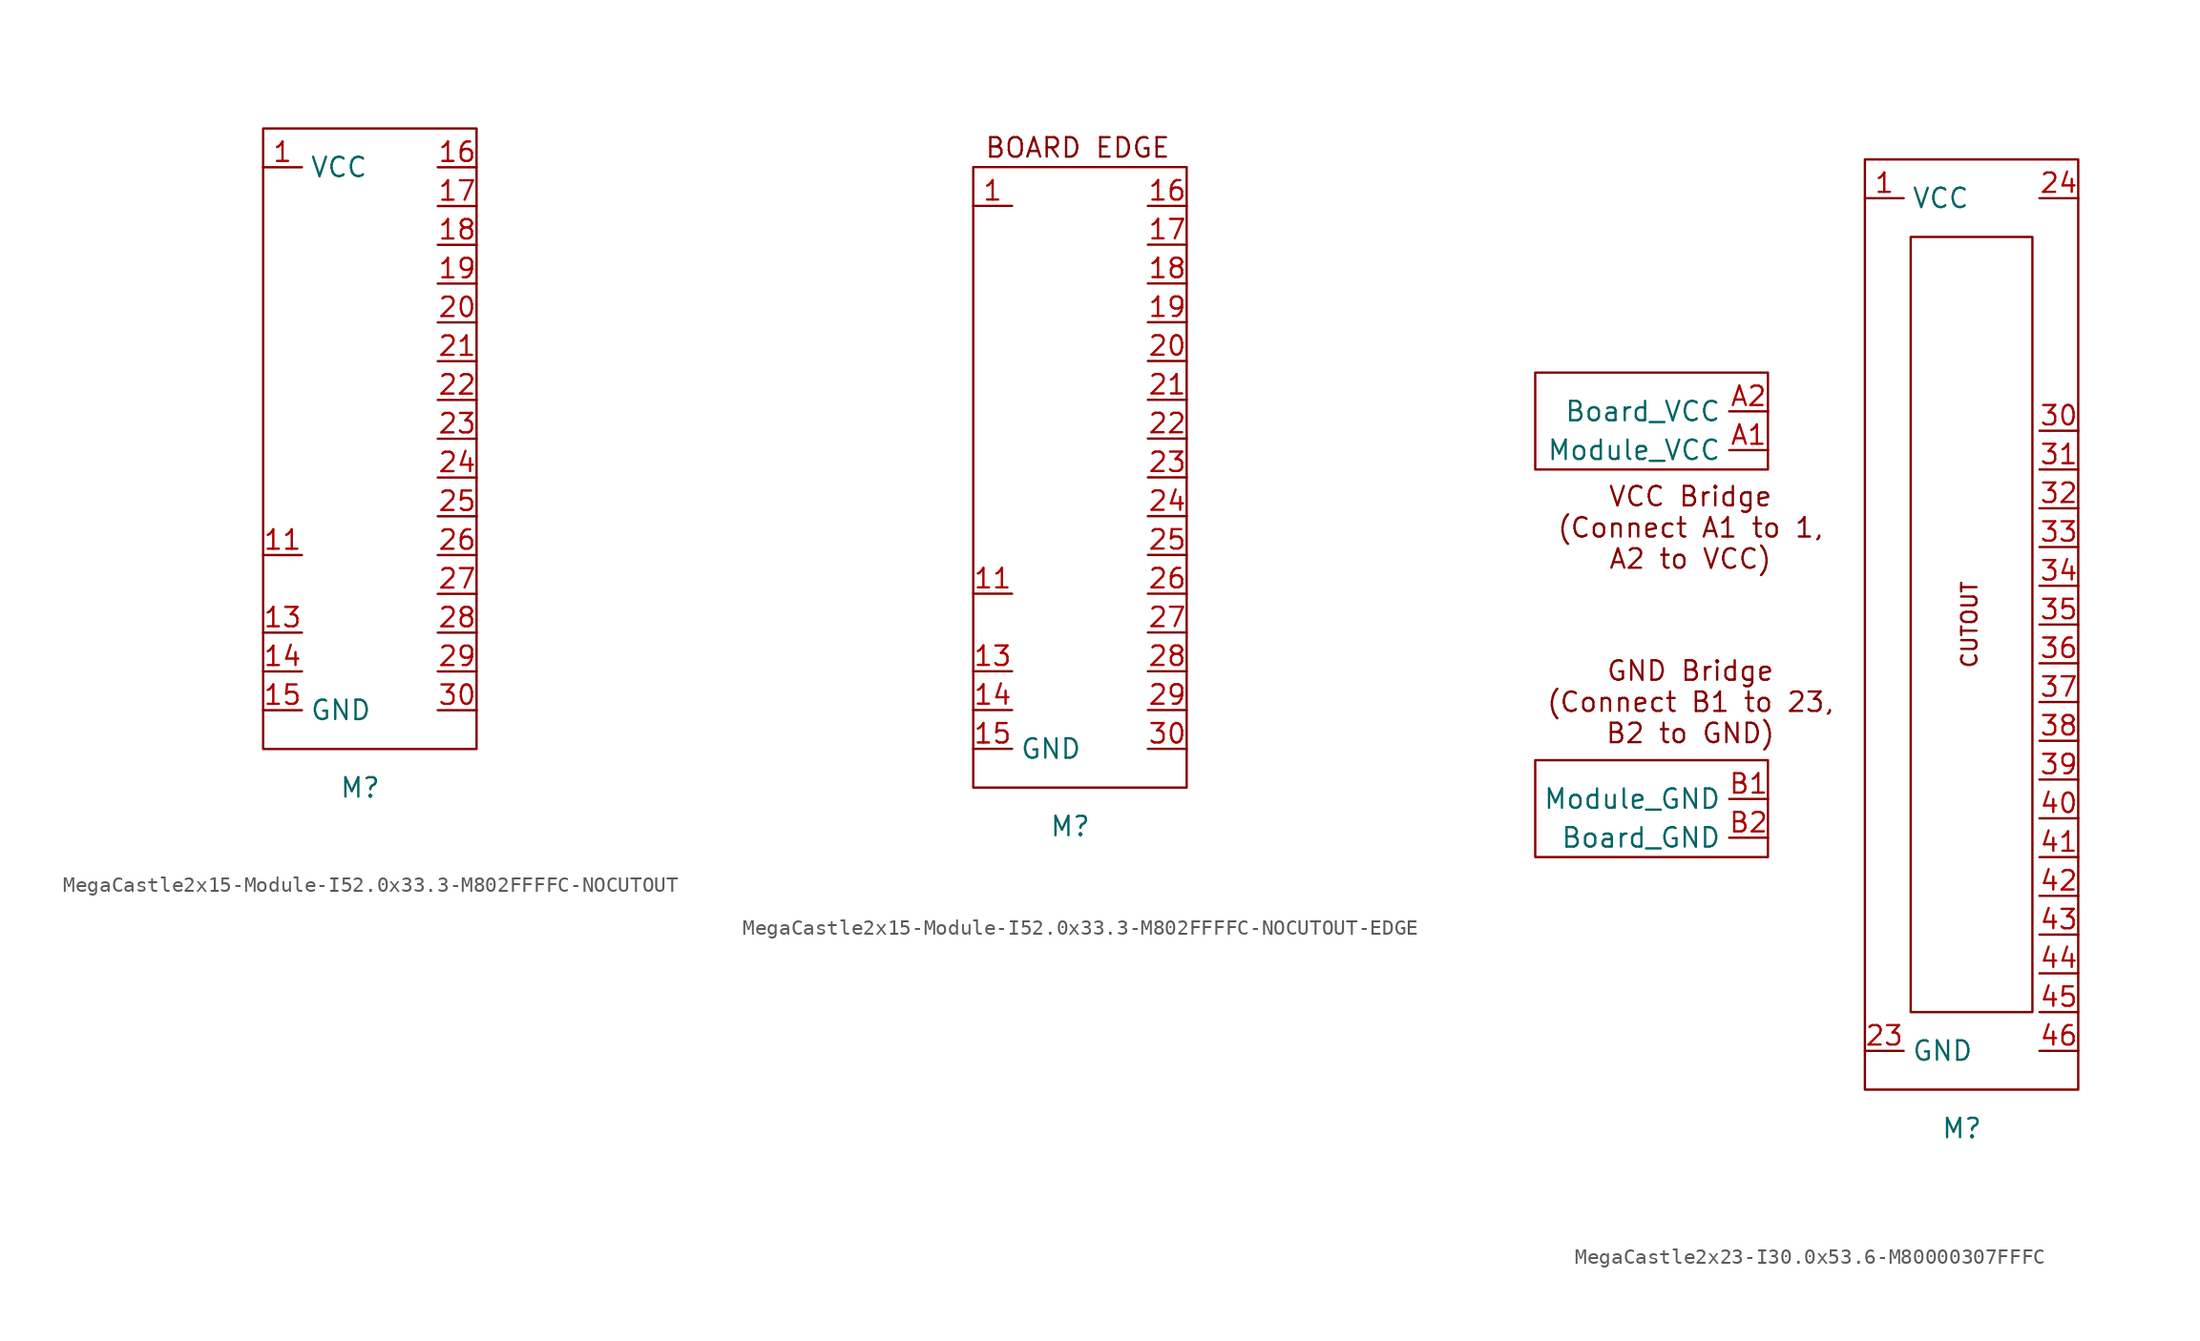
<source format=kicad_sym>
(kicad_symbol_lib
  (version 20231120)
  (generator "kicad_symbol_editor")
  (generator_version "8.0")
  (symbol "MegaCastle2x15-Module-I52.0x33.3-M802FFFFC-NOCUTOUT"
    (property "Reference" "M"
      (at 0 -22.86 0)
      (effects (font (size 1.27 1.27))))
    (property "Value" ""
      (at 0 5.08 0)
      (effects (font (size 1.27 1.27))))
    (symbol "MegaCastle2x15-Module-I52.0x33.3-M802FFFFC-NOCUTOUT_0_1"
      (rectangle (start -6.35 20.32) (end 7.62 -20.32) (stroke (width 0) (type default)) (fill (type none))))
    (symbol "MegaCastle2x15-Module-I52.0x33.3-M802FFFFC-NOCUTOUT_1_1"
      (pin bidirectional line (at -6.35 17.78 0) (length 2.54) (name "VCC" (effects (font (size 1.27 1.27)))) (number "1" (effects (font (size 1.27 1.27)))))
      (pin bidirectional line (at -6.35 -7.62 0) (length 2.54) (name "" (effects (font (size 1.27 1.27)))) (number "11" (effects (font (size 1.27 1.27)))))
      (pin bidirectional line (at -6.35 -12.7 0) (length 2.54) (name "" (effects (font (size 1.27 1.27)))) (number "13" (effects (font (size 1.27 1.27)))))
      (pin bidirectional line (at -6.35 -15.24 0) (length 2.54) (name "" (effects (font (size 1.27 1.27)))) (number "14" (effects (font (size 1.27 1.27)))))
      (pin bidirectional line (at -6.35 -17.78 0) (length 2.54) (name "GND" (effects (font (size 1.27 1.27)))) (number "15" (effects (font (size 1.27 1.27)))))
      (pin bidirectional line (at 7.62 17.78 180) (length 2.54) (name "" (effects (font (size 1.27 1.27)))) (number "16" (effects (font (size 1.27 1.27)))))
      (pin bidirectional line (at 7.62 15.24 180) (length 2.54) (name "" (effects (font (size 1.27 1.27)))) (number "17" (effects (font (size 1.27 1.27)))))
      (pin bidirectional line (at 7.62 12.7 180) (length 2.54) (name "" (effects (font (size 1.27 1.27)))) (number "18" (effects (font (size 1.27 1.27)))))
      (pin bidirectional line (at 7.62 10.16 180) (length 2.54) (name "" (effects (font (size 1.27 1.27)))) (number "19" (effects (font (size 1.27 1.27)))))
      (pin bidirectional line (at 7.62 7.62 180) (length 2.54) (name "" (effects (font (size 1.27 1.27)))) (number "20" (effects (font (size 1.27 1.27)))))
      (pin bidirectional line (at 7.62 5.08 180) (length 2.54) (name "" (effects (font (size 1.27 1.27)))) (number "21" (effects (font (size 1.27 1.27)))))
      (pin bidirectional line (at 7.62 2.54 180) (length 2.54) (name "" (effects (font (size 1.27 1.27)))) (number "22" (effects (font (size 1.27 1.27)))))
      (pin bidirectional line (at 7.62 0 180) (length 2.54) (name "" (effects (font (size 1.27 1.27)))) (number "23" (effects (font (size 1.27 1.27)))))
      (pin bidirectional line (at 7.62 -2.54 180) (length 2.54) (name "" (effects (font (size 1.27 1.27)))) (number "24" (effects (font (size 1.27 1.27)))))
      (pin bidirectional line (at 7.62 -5.08 180) (length 2.54) (name "" (effects (font (size 1.27 1.27)))) (number "25" (effects (font (size 1.27 1.27)))))
      (pin bidirectional line (at 7.62 -7.62 180) (length 2.54) (name "" (effects (font (size 1.27 1.27)))) (number "26" (effects (font (size 1.27 1.27)))))
      (pin bidirectional line (at 7.62 -10.16 180) (length 2.54) (name "" (effects (font (size 1.27 1.27)))) (number "27" (effects (font (size 1.27 1.27)))))
      (pin bidirectional line (at 7.62 -12.7 180) (length 2.54) (name "" (effects (font (size 1.27 1.27)))) (number "28" (effects (font (size 1.27 1.27)))))
      (pin bidirectional line (at 7.62 -15.24 180) (length 2.54) (name "" (effects (font (size 1.27 1.27)))) (number "29" (effects (font (size 1.27 1.27)))))
      (pin bidirectional line (at 7.62 -17.78 180) (length 2.54) (name "" (effects (font (size 1.27 1.27)))) (number "30" (effects (font (size 1.27 1.27)))))))
  (symbol "MegaCastle2x15-Module-I52.0x33.3-M802FFFFC-NOCUTOUT-EDGE"
    (property "Reference" "M"
      (at 0 -22.86 0)
      (effects (font (size 1.27 1.27))))
    (property "Value" ""
      (at 0 5.08 0)
      (effects (font (size 1.27 1.27))))
    (symbol "MegaCastle2x15-Module-I52.0x33.3-M802FFFFC-NOCUTOUT-EDGE_0_1"
      (rectangle (start -6.35 20.32) (end 7.62 -20.32) (stroke (width 0) (type default)) (fill (type none))))
    (symbol "MegaCastle2x15-Module-I52.0x33.3-M802FFFFC-NOCUTOUT-EDGE_1_1"
      (text " BOARD EDGE" (at 0 21.59 0) (effects (font (size 1.27 1.27))))
      (pin bidirectional line (at -6.35 17.78 0) (length 2.54) (name "" (effects (font (size 1.27 1.27)))) (number "1" (effects (font (size 1.27 1.27)))))
      (pin bidirectional line (at -6.35 -7.62 0) (length 2.54) (name "" (effects (font (size 1.27 1.27)))) (number "11" (effects (font (size 1.27 1.27)))))
      (pin bidirectional line (at -6.35 -12.7 0) (length 2.54) (name "" (effects (font (size 1.27 1.27)))) (number "13" (effects (font (size 1.27 1.27)))))
      (pin bidirectional line (at -6.35 -15.24 0) (length 2.54) (name "" (effects (font (size 1.27 1.27)))) (number "14" (effects (font (size 1.27 1.27)))))
      (pin bidirectional line (at -6.35 -17.78 0) (length 2.54) (name "GND" (effects (font (size 1.27 1.27)))) (number "15" (effects (font (size 1.27 1.27)))))
      (pin bidirectional line (at 7.62 17.78 180) (length 2.54) (name "" (effects (font (size 1.27 1.27)))) (number "16" (effects (font (size 1.27 1.27)))))
      (pin bidirectional line (at 7.62 15.24 180) (length 2.54) (name "" (effects (font (size 1.27 1.27)))) (number "17" (effects (font (size 1.27 1.27)))))
      (pin bidirectional line (at 7.62 12.7 180) (length 2.54) (name "" (effects (font (size 1.27 1.27)))) (number "18" (effects (font (size 1.27 1.27)))))
      (pin bidirectional line (at 7.62 10.16 180) (length 2.54) (name "" (effects (font (size 1.27 1.27)))) (number "19" (effects (font (size 1.27 1.27)))))
      (pin bidirectional line (at 7.62 7.62 180) (length 2.54) (name "" (effects (font (size 1.27 1.27)))) (number "20" (effects (font (size 1.27 1.27)))))
      (pin bidirectional line (at 7.62 5.08 180) (length 2.54) (name "" (effects (font (size 1.27 1.27)))) (number "21" (effects (font (size 1.27 1.27)))))
      (pin bidirectional line (at 7.62 2.54 180) (length 2.54) (name "" (effects (font (size 1.27 1.27)))) (number "22" (effects (font (size 1.27 1.27)))))
      (pin bidirectional line (at 7.62 0 180) (length 2.54) (name "" (effects (font (size 1.27 1.27)))) (number "23" (effects (font (size 1.27 1.27)))))
      (pin bidirectional line (at 7.62 -2.54 180) (length 2.54) (name "" (effects (font (size 1.27 1.27)))) (number "24" (effects (font (size 1.27 1.27)))))
      (pin bidirectional line (at 7.62 -5.08 180) (length 2.54) (name "" (effects (font (size 1.27 1.27)))) (number "25" (effects (font (size 1.27 1.27)))))
      (pin bidirectional line (at 7.62 -7.62 180) (length 2.54) (name "" (effects (font (size 1.27 1.27)))) (number "26" (effects (font (size 1.27 1.27)))))
      (pin bidirectional line (at 7.62 -10.16 180) (length 2.54) (name "" (effects (font (size 1.27 1.27)))) (number "27" (effects (font (size 1.27 1.27)))))
      (pin bidirectional line (at 7.62 -12.7 180) (length 2.54) (name "" (effects (font (size 1.27 1.27)))) (number "28" (effects (font (size 1.27 1.27)))))
      (pin bidirectional line (at 7.62 -15.24 180) (length 2.54) (name "" (effects (font (size 1.27 1.27)))) (number "29" (effects (font (size 1.27 1.27)))))
      (pin bidirectional line (at 7.62 -17.78 180) (length 2.54) (name "" (effects (font (size 1.27 1.27)))) (number "30" (effects (font (size 1.27 1.27)))))))
  (symbol "MegaCastle2x23-I30.0x53.6-M80000307FFFC"
    (property "Reference" "M"
      (at 0 -33.02 0)
      (effects (font (size 1.27 1.27))))
    (property "Value" ""
      (at 0 5.08 0)
      (effects (font (size 1.27 1.27))))
    (symbol "MegaCastle2x23-I30.0x53.6-M80000307FFFC_0_1"
      (rectangle (start -27.94 -8.89) (end -12.7 -15.24) (stroke (width 0) (type default)) (fill (type none)))
      (rectangle (start -27.94 16.51) (end -12.7 10.16) (stroke (width 0) (type default)) (fill (type none)))
      (rectangle (start -6.35 30.48) (end 7.62 -30.48) (stroke (width 0) (type default)) (fill (type none)))
      (rectangle (start -3.35 25.4) (end 4.62 -25.4) (stroke (width 0) (type default)) (fill (type none))))
    (symbol "MegaCastle2x23-I30.0x53.6-M80000307FFFC_1_1"
      (text "CUTOUT" (at 0.5 0 900) (effects (font (size 1 1))))
      (text "GND Bridge\n(Connect B1 to 23,\nB2 to GND)" (at -17.78 -5.08 0) (effects (font (size 1.27 1.27))))
      (text "VCC Bridge\n(Connect A1 to 1,\nA2 to VCC)" (at -17.78 6.35 0) (effects (font (size 1.27 1.27))))
      (pin bidirectional line (at -6.35 27.94 0) (length 2.54) (name "VCC" (effects (font (size 1.27 1.27)))) (number "1" (effects (font (size 1.27 1.27)))))
      (pin bidirectional line (at -6.35 -27.94 0) (length 2.54) (name "GND" (effects (font (size 1.27 1.27)))) (number "23" (effects (font (size 1.27 1.27)))))
      (pin bidirectional line (at 7.62 27.94 180) (length 2.54) (name "" (effects (font (size 1.27 1.27)))) (number "24" (effects (font (size 1.27 1.27)))))
      (pin bidirectional line (at 7.62 12.7 180) (length 2.54) (name "" (effects (font (size 1.27 1.27)))) (number "30" (effects (font (size 1.27 1.27)))))
      (pin bidirectional line (at 7.62 10.16 180) (length 2.54) (name "" (effects (font (size 1.27 1.27)))) (number "31" (effects (font (size 1.27 1.27)))))
      (pin bidirectional line (at 7.62 7.62 180) (length 2.54) (name "" (effects (font (size 1.27 1.27)))) (number "32" (effects (font (size 1.27 1.27)))))
      (pin bidirectional line (at 7.62 5.08 180) (length 2.54) (name "" (effects (font (size 1.27 1.27)))) (number "33" (effects (font (size 1.27 1.27)))))
      (pin bidirectional line (at 7.62 2.54 180) (length 2.54) (name "" (effects (font (size 1.27 1.27)))) (number "34" (effects (font (size 1.27 1.27)))))
      (pin bidirectional line (at 7.62 0 180) (length 2.54) (name "" (effects (font (size 1.27 1.27)))) (number "35" (effects (font (size 1.27 1.27)))))
      (pin bidirectional line (at 7.62 -2.54 180) (length 2.54) (name "" (effects (font (size 1.27 1.27)))) (number "36" (effects (font (size 1.27 1.27)))))
      (pin bidirectional line (at 7.62 -5.08 180) (length 2.54) (name "" (effects (font (size 1.27 1.27)))) (number "37" (effects (font (size 1.27 1.27)))))
      (pin bidirectional line (at 7.62 -7.62 180) (length 2.54) (name "" (effects (font (size 1.27 1.27)))) (number "38" (effects (font (size 1.27 1.27)))))
      (pin bidirectional line (at 7.62 -10.16 180) (length 2.54) (name "" (effects (font (size 1.27 1.27)))) (number "39" (effects (font (size 1.27 1.27)))))
      (pin bidirectional line (at 7.62 -12.7 180) (length 2.54) (name "" (effects (font (size 1.27 1.27)))) (number "40" (effects (font (size 1.27 1.27)))))
      (pin bidirectional line (at 7.62 -15.24 180) (length 2.54) (name "" (effects (font (size 1.27 1.27)))) (number "41" (effects (font (size 1.27 1.27)))))
      (pin bidirectional line (at 7.62 -17.78 180) (length 2.54) (name "" (effects (font (size 1.27 1.27)))) (number "42" (effects (font (size 1.27 1.27)))))
      (pin bidirectional line (at 7.62 -20.32 180) (length 2.54) (name "" (effects (font (size 1.27 1.27)))) (number "43" (effects (font (size 1.27 1.27)))))
      (pin bidirectional line (at 7.62 -22.86 180) (length 2.54) (name "" (effects (font (size 1.27 1.27)))) (number "44" (effects (font (size 1.27 1.27)))))
      (pin bidirectional line (at 7.62 -25.4 180) (length 2.54) (name "" (effects (font (size 1.27 1.27)))) (number "45" (effects (font (size 1.27 1.27)))))
      (pin bidirectional line (at 7.62 -27.94 180) (length 2.54) (name "" (effects (font (size 1.27 1.27)))) (number "46" (effects (font (size 1.27 1.27)))))
      (pin bidirectional line (at -12.7 11.43 180) (length 2.54) (name "Module_VCC" (effects (font (size 1.27 1.27)))) (number "A1" (effects (font (size 1.27 1.27)))))
      (pin bidirectional line (at -12.7 13.97 180) (length 2.54) (name "Board_VCC" (effects (font (size 1.27 1.27)))) (number "A2" (effects (font (size 1.27 1.27)))))
      (pin bidirectional line (at -12.7 -11.43 180) (length 2.54) (name "Module_GND" (effects (font (size 1.27 1.27)))) (number "B1" (effects (font (size 1.27 1.27)))))
      (pin bidirectional line (at -12.7 -13.97 180) (length 2.54) (name "Board_GND" (effects (font (size 1.27 1.27)))) (number "B2" (effects (font (size 1.27 1.27))))))))
</source>
